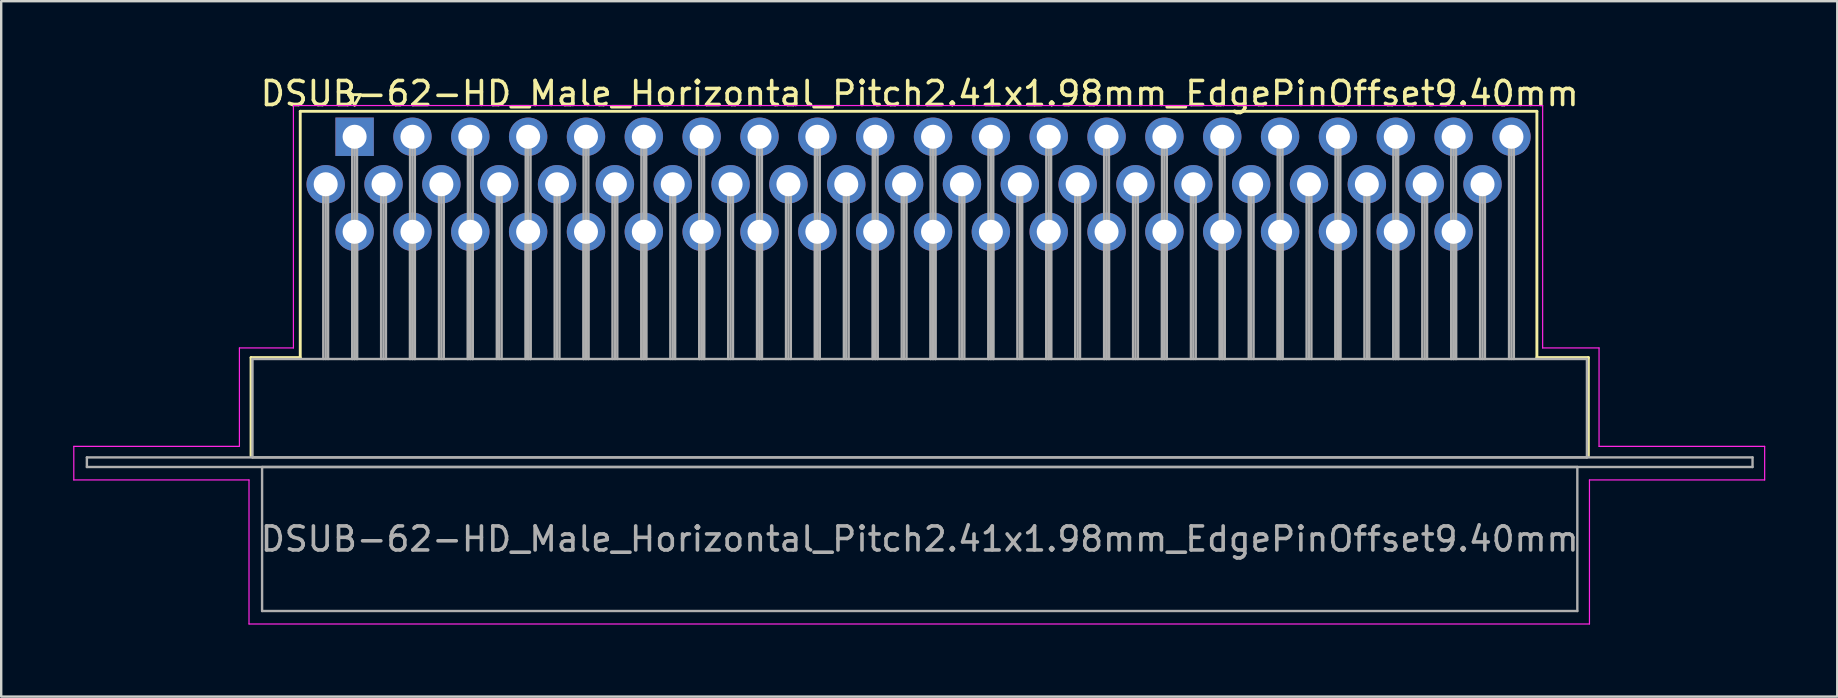
<source format=kicad_pcb>
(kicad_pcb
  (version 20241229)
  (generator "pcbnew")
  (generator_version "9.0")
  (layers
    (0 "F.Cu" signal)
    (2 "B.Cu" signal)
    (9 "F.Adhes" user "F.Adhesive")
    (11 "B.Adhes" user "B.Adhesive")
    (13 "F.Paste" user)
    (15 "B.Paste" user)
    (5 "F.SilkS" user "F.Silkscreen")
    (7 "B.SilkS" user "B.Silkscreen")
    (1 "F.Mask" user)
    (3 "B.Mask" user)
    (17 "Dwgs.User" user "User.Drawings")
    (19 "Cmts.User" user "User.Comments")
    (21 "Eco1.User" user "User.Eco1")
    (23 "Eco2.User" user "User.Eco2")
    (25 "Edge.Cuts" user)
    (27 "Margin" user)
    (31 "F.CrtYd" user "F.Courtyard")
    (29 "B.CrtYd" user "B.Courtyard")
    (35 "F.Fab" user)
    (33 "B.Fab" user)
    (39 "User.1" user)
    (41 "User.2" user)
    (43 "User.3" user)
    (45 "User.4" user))
  (footprint "DSUB-62-HD_Male_Horizontal_Pitch2.41x1.98mm_EdgePinOffset9.40mm"
    (layer "F.Cu")
    (at 11.725 2.648)
    (property "Reference" "DSUB-62-HD_Male_Horizontal_Pitch2.41x1.98mm_EdgePinOffset9.40mm" (at 23.545 -1.8 0) (layer "F.SilkS") (effects (font (size 1 1) (thickness 0.15))))
    (attr through_hole)
    (fp_line (start -4.315 9.2) (end -2.265 9.2) (stroke (width 0.12) (type solid)) (layer "F.SilkS"))
    (fp_line (start -4.315 13.3) (end -4.315 9.2) (stroke (width 0.12) (type solid)) (layer "F.SilkS"))
    (fp_line (start -2.265 -1.06) (end 49.26 -1.06) (stroke (width 0.12) (type solid)) (layer "F.SilkS"))
    (fp_line (start -2.265 9.2) (end -2.265 -1.06) (stroke (width 0.12) (type solid)) (layer "F.SilkS"))
    (fp_line (start -0.25 -1.754) (end 0.25 -1.754) (stroke (width 0.12) (type solid)) (layer "F.SilkS"))
    (fp_line (start 0 -1.321) (end -0.25 -1.754) (stroke (width 0.12) (type solid)) (layer "F.SilkS"))
    (fp_line (start 0.25 -1.754) (end 0 -1.321) (stroke (width 0.12) (type solid)) (layer "F.SilkS"))
    (fp_line (start 49.26 -1.06) (end 49.26 9.2) (stroke (width 0.12) (type solid)) (layer "F.SilkS"))
    (fp_line (start 49.26 9.2) (end 51.405 9.2) (stroke (width 0.12) (type solid)) (layer "F.SilkS"))
    (fp_line (start 51.405 9.2) (end 51.405 13.3) (stroke (width 0.12) (type solid)) (layer "F.SilkS"))
    (fp_line (start -11.7 12.9) (end -4.8 12.9) (stroke (width 0.05) (type solid)) (layer "F.CrtYd"))
    (fp_line (start -11.7 14.3) (end -11.7 12.9) (stroke (width 0.05) (type solid)) (layer "F.CrtYd"))
    (fp_line (start -4.8 8.8) (end -2.55 8.8) (stroke (width 0.05) (type solid)) (layer "F.CrtYd"))
    (fp_line (start -4.8 12.9) (end -4.8 8.8) (stroke (width 0.05) (type solid)) (layer "F.CrtYd"))
    (fp_line (start -4.4 14.3) (end -11.7 14.3) (stroke (width 0.05) (type solid)) (layer "F.CrtYd"))
    (fp_line (start -4.4 20.3) (end -4.4 14.3) (stroke (width 0.05) (type solid)) (layer "F.CrtYd"))
    (fp_line (start -2.55 -1.3) (end 49.5 -1.3) (stroke (width 0.05) (type solid)) (layer "F.CrtYd"))
    (fp_line (start -2.55 8.8) (end -2.55 -1.3) (stroke (width 0.05) (type solid)) (layer "F.CrtYd"))
    (fp_line (start 49.5 -1.3) (end 49.5 8.8) (stroke (width 0.05) (type solid)) (layer "F.CrtYd"))
    (fp_line (start 49.5 8.8) (end 51.85 8.8) (stroke (width 0.05) (type solid)) (layer "F.CrtYd"))
    (fp_line (start 51.45 14.3) (end 51.45 20.3) (stroke (width 0.05) (type solid)) (layer "F.CrtYd"))
    (fp_line (start 51.45 20.3) (end -4.4 20.3) (stroke (width 0.05) (type solid)) (layer "F.CrtYd"))
    (fp_line (start 51.85 8.8) (end 51.85 12.9) (stroke (width 0.05) (type solid)) (layer "F.CrtYd"))
    (fp_line (start 51.85 12.9) (end 58.75 12.9) (stroke (width 0.05) (type solid)) (layer "F.CrtYd"))
    (fp_line (start 58.75 12.9) (end 58.75 14.3) (stroke (width 0.05) (type solid)) (layer "F.CrtYd"))
    (fp_line (start 58.75 14.3) (end 51.45 14.3) (stroke (width 0.05) (type solid)) (layer "F.CrtYd"))
    (fp_line (start -11.155 13.36) (end -11.155 13.76) (stroke (width 0.1) (type solid)) (layer "F.Fab"))
    (fp_line (start -11.155 13.76) (end 58.245 13.76) (stroke (width 0.1) (type solid)) (layer "F.Fab"))
    (fp_line (start -4.255 9.26) (end -4.255 13.36) (stroke (width 0.1) (type solid)) (layer "F.Fab"))
    (fp_line (start -4.255 13.36) (end 51.345 13.36) (stroke (width 0.1) (type solid)) (layer "F.Fab"))
    (fp_line (start -3.855 13.76) (end -3.855 19.76) (stroke (width 0.1) (type solid)) (layer "F.Fab"))
    (fp_line (start -3.855 19.76) (end 50.945 19.76) (stroke (width 0.1) (type solid)) (layer "F.Fab"))
    (fp_line (start -1.305 1.98) (end -1.305 9.26) (stroke (width 0.1) (type solid)) (layer "F.Fab"))
    (fp_line (start -1.205 1.98) (end -1.205 9.26) (stroke (width 0.1) (type solid)) (layer "F.Fab"))
    (fp_line (start -1.105 1.98) (end -1.105 9.26) (stroke (width 0.1) (type solid)) (layer "F.Fab"))
    (fp_line (start -0.1 0) (end -0.1 9.26) (stroke (width 0.1) (type solid)) (layer "F.Fab"))
    (fp_line (start -0.1 3.96) (end -0.1 9.26) (stroke (width 0.1) (type solid)) (layer "F.Fab"))
    (fp_line (start 0 0) (end 0 9.26) (stroke (width 0.1) (type solid)) (layer "F.Fab"))
    (fp_line (start 0 3.96) (end 0 9.26) (stroke (width 0.1) (type solid)) (layer "F.Fab"))
    (fp_line (start 0.1 0) (end 0.1 9.26) (stroke (width 0.1) (type solid)) (layer "F.Fab"))
    (fp_line (start 0.1 3.96) (end 0.1 9.26) (stroke (width 0.1) (type solid)) (layer "F.Fab"))
    (fp_line (start 1.105 1.98) (end 1.105 9.26) (stroke (width 0.1) (type solid)) (layer "F.Fab"))
    (fp_line (start 1.205 1.98) (end 1.205 9.26) (stroke (width 0.1) (type solid)) (layer "F.Fab"))
    (fp_line (start 1.305 1.98) (end 1.305 9.26) (stroke (width 0.1) (type solid)) (layer "F.Fab"))
    (fp_line (start 2.31 0) (end 2.31 9.26) (stroke (width 0.1) (type solid)) (layer "F.Fab"))
    (fp_line (start 2.31 3.96) (end 2.31 9.26) (stroke (width 0.1) (type solid)) (layer "F.Fab"))
    (fp_line (start 2.41 0) (end 2.41 9.26) (stroke (width 0.1) (type solid)) (layer "F.Fab"))
    (fp_line (start 2.41 3.96) (end 2.41 9.26) (stroke (width 0.1) (type solid)) (layer "F.Fab"))
    (fp_line (start 2.51 0) (end 2.51 9.26) (stroke (width 0.1) (type solid)) (layer "F.Fab"))
    (fp_line (start 2.51 3.96) (end 2.51 9.26) (stroke (width 0.1) (type solid)) (layer "F.Fab"))
    (fp_line (start 3.515 1.98) (end 3.515 9.26) (stroke (width 0.1) (type solid)) (layer "F.Fab"))
    (fp_line (start 3.615 1.98) (end 3.615 9.26) (stroke (width 0.1) (type solid)) (layer "F.Fab"))
    (fp_line (start 3.715 1.98) (end 3.715 9.26) (stroke (width 0.1) (type solid)) (layer "F.Fab"))
    (fp_line (start 4.72 0) (end 4.72 9.26) (stroke (width 0.1) (type solid)) (layer "F.Fab"))
    (fp_line (start 4.72 3.96) (end 4.72 9.26) (stroke (width 0.1) (type solid)) (layer "F.Fab"))
    (fp_line (start 4.82 0) (end 4.82 9.26) (stroke (width 0.1) (type solid)) (layer "F.Fab"))
    (fp_line (start 4.82 3.96) (end 4.82 9.26) (stroke (width 0.1) (type solid)) (layer "F.Fab"))
    (fp_line (start 4.92 0) (end 4.92 9.26) (stroke (width 0.1) (type solid)) (layer "F.Fab"))
    (fp_line (start 4.92 3.96) (end 4.92 9.26) (stroke (width 0.1) (type solid)) (layer "F.Fab"))
    (fp_line (start 5.925 1.98) (end 5.925 9.26) (stroke (width 0.1) (type solid)) (layer "F.Fab"))
    (fp_line (start 6.025 1.98) (end 6.025 9.26) (stroke (width 0.1) (type solid)) (layer "F.Fab"))
    (fp_line (start 6.125 1.98) (end 6.125 9.26) (stroke (width 0.1) (type solid)) (layer "F.Fab"))
    (fp_line (start 7.13 0) (end 7.13 9.26) (stroke (width 0.1) (type solid)) (layer "F.Fab"))
    (fp_line (start 7.13 3.96) (end 7.13 9.26) (stroke (width 0.1) (type solid)) (layer "F.Fab"))
    (fp_line (start 7.23 0) (end 7.23 9.26) (stroke (width 0.1) (type solid)) (layer "F.Fab"))
    (fp_line (start 7.23 3.96) (end 7.23 9.26) (stroke (width 0.1) (type solid)) (layer "F.Fab"))
    (fp_line (start 7.33 0) (end 7.33 9.26) (stroke (width 0.1) (type solid)) (layer "F.Fab"))
    (fp_line (start 7.33 3.96) (end 7.33 9.26) (stroke (width 0.1) (type solid)) (layer "F.Fab"))
    (fp_line (start 8.335 1.98) (end 8.335 9.26) (stroke (width 0.1) (type solid)) (layer "F.Fab"))
    (fp_line (start 8.435 1.98) (end 8.435 9.26) (stroke (width 0.1) (type solid)) (layer "F.Fab"))
    (fp_line (start 8.535 1.98) (end 8.535 9.26) (stroke (width 0.1) (type solid)) (layer "F.Fab"))
    (fp_line (start 9.54 0) (end 9.54 9.26) (stroke (width 0.1) (type solid)) (layer "F.Fab"))
    (fp_line (start 9.54 3.96) (end 9.54 9.26) (stroke (width 0.1) (type solid)) (layer "F.Fab"))
    (fp_line (start 9.64 0) (end 9.64 9.26) (stroke (width 0.1) (type solid)) (layer "F.Fab"))
    (fp_line (start 9.64 3.96) (end 9.64 9.26) (stroke (width 0.1) (type solid)) (layer "F.Fab"))
    (fp_line (start 9.74 0) (end 9.74 9.26) (stroke (width 0.1) (type solid)) (layer "F.Fab"))
    (fp_line (start 9.74 3.96) (end 9.74 9.26) (stroke (width 0.1) (type solid)) (layer "F.Fab"))
    (fp_line (start 10.745 1.98) (end 10.745 9.26) (stroke (width 0.1) (type solid)) (layer "F.Fab"))
    (fp_line (start 10.845 1.98) (end 10.845 9.26) (stroke (width 0.1) (type solid)) (layer "F.Fab"))
    (fp_line (start 10.945 1.98) (end 10.945 9.26) (stroke (width 0.1) (type solid)) (layer "F.Fab"))
    (fp_line (start 11.95 0) (end 11.95 9.26) (stroke (width 0.1) (type solid)) (layer "F.Fab"))
    (fp_line (start 11.95 3.96) (end 11.95 9.26) (stroke (width 0.1) (type solid)) (layer "F.Fab"))
    (fp_line (start 12.05 0) (end 12.05 9.26) (stroke (width 0.1) (type solid)) (layer "F.Fab"))
    (fp_line (start 12.05 3.96) (end 12.05 9.26) (stroke (width 0.1) (type solid)) (layer "F.Fab"))
    (fp_line (start 12.15 0) (end 12.15 9.26) (stroke (width 0.1) (type solid)) (layer "F.Fab"))
    (fp_line (start 12.15 3.96) (end 12.15 9.26) (stroke (width 0.1) (type solid)) (layer "F.Fab"))
    (fp_line (start 13.155 1.98) (end 13.155 9.26) (stroke (width 0.1) (type solid)) (layer "F.Fab"))
    (fp_line (start 13.255 1.98) (end 13.255 9.26) (stroke (width 0.1) (type solid)) (layer "F.Fab"))
    (fp_line (start 13.355 1.98) (end 13.355 9.26) (stroke (width 0.1) (type solid)) (layer "F.Fab"))
    (fp_line (start 14.36 0) (end 14.36 9.26) (stroke (width 0.1) (type solid)) (layer "F.Fab"))
    (fp_line (start 14.36 3.96) (end 14.36 9.26) (stroke (width 0.1) (type solid)) (layer "F.Fab"))
    (fp_line (start 14.46 0) (end 14.46 9.26) (stroke (width 0.1) (type solid)) (layer "F.Fab"))
    (fp_line (start 14.46 3.96) (end 14.46 9.26) (stroke (width 0.1) (type solid)) (layer "F.Fab"))
    (fp_line (start 14.56 0) (end 14.56 9.26) (stroke (width 0.1) (type solid)) (layer "F.Fab"))
    (fp_line (start 14.56 3.96) (end 14.56 9.26) (stroke (width 0.1) (type solid)) (layer "F.Fab"))
    (fp_line (start 15.565 1.98) (end 15.565 9.26) (stroke (width 0.1) (type solid)) (layer "F.Fab"))
    (fp_line (start 15.665 1.98) (end 15.665 9.26) (stroke (width 0.1) (type solid)) (layer "F.Fab"))
    (fp_line (start 15.765 1.98) (end 15.765 9.26) (stroke (width 0.1) (type solid)) (layer "F.Fab"))
    (fp_line (start 16.77 0) (end 16.77 9.26) (stroke (width 0.1) (type solid)) (layer "F.Fab"))
    (fp_line (start 16.77 3.96) (end 16.77 9.26) (stroke (width 0.1) (type solid)) (layer "F.Fab"))
    (fp_line (start 16.87 0) (end 16.87 9.26) (stroke (width 0.1) (type solid)) (layer "F.Fab"))
    (fp_line (start 16.87 3.96) (end 16.87 9.26) (stroke (width 0.1) (type solid)) (layer "F.Fab"))
    (fp_line (start 16.97 0) (end 16.97 9.26) (stroke (width 0.1) (type solid)) (layer "F.Fab"))
    (fp_line (start 16.97 3.96) (end 16.97 9.26) (stroke (width 0.1) (type solid)) (layer "F.Fab"))
    (fp_line (start 17.975 1.98) (end 17.975 9.26) (stroke (width 0.1) (type solid)) (layer "F.Fab"))
    (fp_line (start 18.075 1.98) (end 18.075 9.26) (stroke (width 0.1) (type solid)) (layer "F.Fab"))
    (fp_line (start 18.175 1.98) (end 18.175 9.26) (stroke (width 0.1) (type solid)) (layer "F.Fab"))
    (fp_line (start 19.18 0) (end 19.18 9.26) (stroke (width 0.1) (type solid)) (layer "F.Fab"))
    (fp_line (start 19.18 3.96) (end 19.18 9.26) (stroke (width 0.1) (type solid)) (layer "F.Fab"))
    (fp_line (start 19.28 0) (end 19.28 9.26) (stroke (width 0.1) (type solid)) (layer "F.Fab"))
    (fp_line (start 19.28 3.96) (end 19.28 9.26) (stroke (width 0.1) (type solid)) (layer "F.Fab"))
    (fp_line (start 19.38 0) (end 19.38 9.26) (stroke (width 0.1) (type solid)) (layer "F.Fab"))
    (fp_line (start 19.38 3.96) (end 19.38 9.26) (stroke (width 0.1) (type solid)) (layer "F.Fab"))
    (fp_line (start 20.385 1.98) (end 20.385 9.26) (stroke (width 0.1) (type solid)) (layer "F.Fab"))
    (fp_line (start 20.485 1.98) (end 20.485 9.26) (stroke (width 0.1) (type solid)) (layer "F.Fab"))
    (fp_line (start 20.585 1.98) (end 20.585 9.26) (stroke (width 0.1) (type solid)) (layer "F.Fab"))
    (fp_line (start 21.59 0) (end 21.59 9.26) (stroke (width 0.1) (type solid)) (layer "F.Fab"))
    (fp_line (start 21.59 3.96) (end 21.59 9.26) (stroke (width 0.1) (type solid)) (layer "F.Fab"))
    (fp_line (start 21.69 0) (end 21.69 9.26) (stroke (width 0.1) (type solid)) (layer "F.Fab"))
    (fp_line (start 21.69 3.96) (end 21.69 9.26) (stroke (width 0.1) (type solid)) (layer "F.Fab"))
    (fp_line (start 21.79 0) (end 21.79 9.26) (stroke (width 0.1) (type solid)) (layer "F.Fab"))
    (fp_line (start 21.79 3.96) (end 21.79 9.26) (stroke (width 0.1) (type solid)) (layer "F.Fab"))
    (fp_line (start 22.795 1.98) (end 22.795 9.26) (stroke (width 0.1) (type solid)) (layer "F.Fab"))
    (fp_line (start 22.895 1.98) (end 22.895 9.26) (stroke (width 0.1) (type solid)) (layer "F.Fab"))
    (fp_line (start 22.995 1.98) (end 22.995 9.26) (stroke (width 0.1) (type solid)) (layer "F.Fab"))
    (fp_line (start 24 0) (end 24 9.26) (stroke (width 0.1) (type solid)) (layer "F.Fab"))
    (fp_line (start 24 3.96) (end 24 9.26) (stroke (width 0.1) (type solid)) (layer "F.Fab"))
    (fp_line (start 24.1 0) (end 24.1 9.26) (stroke (width 0.1) (type solid)) (layer "F.Fab"))
    (fp_line (start 24.1 3.96) (end 24.1 9.26) (stroke (width 0.1) (type solid)) (layer "F.Fab"))
    (fp_line (start 24.2 0) (end 24.2 9.26) (stroke (width 0.1) (type solid)) (layer "F.Fab"))
    (fp_line (start 24.2 3.96) (end 24.2 9.26) (stroke (width 0.1) (type solid)) (layer "F.Fab"))
    (fp_line (start 25.205 1.98) (end 25.205 9.26) (stroke (width 0.1) (type solid)) (layer "F.Fab"))
    (fp_line (start 25.305 1.98) (end 25.305 9.26) (stroke (width 0.1) (type solid)) (layer "F.Fab"))
    (fp_line (start 25.405 1.98) (end 25.405 9.26) (stroke (width 0.1) (type solid)) (layer "F.Fab"))
    (fp_line (start 26.41 0) (end 26.41 9.26) (stroke (width 0.1) (type solid)) (layer "F.Fab"))
    (fp_line (start 26.41 3.96) (end 26.41 9.26) (stroke (width 0.1) (type solid)) (layer "F.Fab"))
    (fp_line (start 26.51 0) (end 26.51 9.26) (stroke (width 0.1) (type solid)) (layer "F.Fab"))
    (fp_line (start 26.51 3.96) (end 26.51 9.26) (stroke (width 0.1) (type solid)) (layer "F.Fab"))
    (fp_line (start 26.61 0) (end 26.61 9.26) (stroke (width 0.1) (type solid)) (layer "F.Fab"))
    (fp_line (start 26.61 3.96) (end 26.61 9.26) (stroke (width 0.1) (type solid)) (layer "F.Fab"))
    (fp_line (start 27.615 1.98) (end 27.615 9.26) (stroke (width 0.1) (type solid)) (layer "F.Fab"))
    (fp_line (start 27.715 1.98) (end 27.715 9.26) (stroke (width 0.1) (type solid)) (layer "F.Fab"))
    (fp_line (start 27.815 1.98) (end 27.815 9.26) (stroke (width 0.1) (type solid)) (layer "F.Fab"))
    (fp_line (start 28.82 0) (end 28.82 9.26) (stroke (width 0.1) (type solid)) (layer "F.Fab"))
    (fp_line (start 28.82 3.96) (end 28.82 9.26) (stroke (width 0.1) (type solid)) (layer "F.Fab"))
    (fp_line (start 28.92 0) (end 28.92 9.26) (stroke (width 0.1) (type solid)) (layer "F.Fab"))
    (fp_line (start 28.92 3.96) (end 28.92 9.26) (stroke (width 0.1) (type solid)) (layer "F.Fab"))
    (fp_line (start 29.02 0) (end 29.02 9.26) (stroke (width 0.1) (type solid)) (layer "F.Fab"))
    (fp_line (start 29.02 3.96) (end 29.02 9.26) (stroke (width 0.1) (type solid)) (layer "F.Fab"))
    (fp_line (start 30.025 1.98) (end 30.025 9.26) (stroke (width 0.1) (type solid)) (layer "F.Fab"))
    (fp_line (start 30.125 1.98) (end 30.125 9.26) (stroke (width 0.1) (type solid)) (layer "F.Fab"))
    (fp_line (start 30.225 1.98) (end 30.225 9.26) (stroke (width 0.1) (type solid)) (layer "F.Fab"))
    (fp_line (start 31.23 0) (end 31.23 9.26) (stroke (width 0.1) (type solid)) (layer "F.Fab"))
    (fp_line (start 31.23 3.96) (end 31.23 9.26) (stroke (width 0.1) (type solid)) (layer "F.Fab"))
    (fp_line (start 31.33 0) (end 31.33 9.26) (stroke (width 0.1) (type solid)) (layer "F.Fab"))
    (fp_line (start 31.33 3.96) (end 31.33 9.26) (stroke (width 0.1) (type solid)) (layer "F.Fab"))
    (fp_line (start 31.43 0) (end 31.43 9.26) (stroke (width 0.1) (type solid)) (layer "F.Fab"))
    (fp_line (start 31.43 3.96) (end 31.43 9.26) (stroke (width 0.1) (type solid)) (layer "F.Fab"))
    (fp_line (start 32.435 1.98) (end 32.435 9.26) (stroke (width 0.1) (type solid)) (layer "F.Fab"))
    (fp_line (start 32.535 1.98) (end 32.535 9.26) (stroke (width 0.1) (type solid)) (layer "F.Fab"))
    (fp_line (start 32.635 1.98) (end 32.635 9.26) (stroke (width 0.1) (type solid)) (layer "F.Fab"))
    (fp_line (start 33.64 0) (end 33.64 9.26) (stroke (width 0.1) (type solid)) (layer "F.Fab"))
    (fp_line (start 33.64 3.96) (end 33.64 9.26) (stroke (width 0.1) (type solid)) (layer "F.Fab"))
    (fp_line (start 33.74 0) (end 33.74 9.26) (stroke (width 0.1) (type solid)) (layer "F.Fab"))
    (fp_line (start 33.74 3.96) (end 33.74 9.26) (stroke (width 0.1) (type solid)) (layer "F.Fab"))
    (fp_line (start 33.84 0) (end 33.84 9.26) (stroke (width 0.1) (type solid)) (layer "F.Fab"))
    (fp_line (start 33.84 3.96) (end 33.84 9.26) (stroke (width 0.1) (type solid)) (layer "F.Fab"))
    (fp_line (start 34.845 1.98) (end 34.845 9.26) (stroke (width 0.1) (type solid)) (layer "F.Fab"))
    (fp_line (start 34.945 1.98) (end 34.945 9.26) (stroke (width 0.1) (type solid)) (layer "F.Fab"))
    (fp_line (start 35.045 1.98) (end 35.045 9.26) (stroke (width 0.1) (type solid)) (layer "F.Fab"))
    (fp_line (start 36.05 0) (end 36.05 9.26) (stroke (width 0.1) (type solid)) (layer "F.Fab"))
    (fp_line (start 36.05 3.96) (end 36.05 9.26) (stroke (width 0.1) (type solid)) (layer "F.Fab"))
    (fp_line (start 36.15 0) (end 36.15 9.26) (stroke (width 0.1) (type solid)) (layer "F.Fab"))
    (fp_line (start 36.15 3.96) (end 36.15 9.26) (stroke (width 0.1) (type solid)) (layer "F.Fab"))
    (fp_line (start 36.25 0) (end 36.25 9.26) (stroke (width 0.1) (type solid)) (layer "F.Fab"))
    (fp_line (start 36.25 3.96) (end 36.25 9.26) (stroke (width 0.1) (type solid)) (layer "F.Fab"))
    (fp_line (start 37.255 1.98) (end 37.255 9.26) (stroke (width 0.1) (type solid)) (layer "F.Fab"))
    (fp_line (start 37.355 1.98) (end 37.355 9.26) (stroke (width 0.1) (type solid)) (layer "F.Fab"))
    (fp_line (start 37.455 1.98) (end 37.455 9.26) (stroke (width 0.1) (type solid)) (layer "F.Fab"))
    (fp_line (start 38.46 0) (end 38.46 9.26) (stroke (width 0.1) (type solid)) (layer "F.Fab"))
    (fp_line (start 38.46 3.96) (end 38.46 9.26) (stroke (width 0.1) (type solid)) (layer "F.Fab"))
    (fp_line (start 38.56 0) (end 38.56 9.26) (stroke (width 0.1) (type solid)) (layer "F.Fab"))
    (fp_line (start 38.56 3.96) (end 38.56 9.26) (stroke (width 0.1) (type solid)) (layer "F.Fab"))
    (fp_line (start 38.66 0) (end 38.66 9.26) (stroke (width 0.1) (type solid)) (layer "F.Fab"))
    (fp_line (start 38.66 3.96) (end 38.66 9.26) (stroke (width 0.1) (type solid)) (layer "F.Fab"))
    (fp_line (start 39.665 1.98) (end 39.665 9.26) (stroke (width 0.1) (type solid)) (layer "F.Fab"))
    (fp_line (start 39.765 1.98) (end 39.765 9.26) (stroke (width 0.1) (type solid)) (layer "F.Fab"))
    (fp_line (start 39.865 1.98) (end 39.865 9.26) (stroke (width 0.1) (type solid)) (layer "F.Fab"))
    (fp_line (start 40.87 0) (end 40.87 9.26) (stroke (width 0.1) (type solid)) (layer "F.Fab"))
    (fp_line (start 40.87 3.96) (end 40.87 9.26) (stroke (width 0.1) (type solid)) (layer "F.Fab"))
    (fp_line (start 40.97 0) (end 40.97 9.26) (stroke (width 0.1) (type solid)) (layer "F.Fab"))
    (fp_line (start 40.97 3.96) (end 40.97 9.26) (stroke (width 0.1) (type solid)) (layer "F.Fab"))
    (fp_line (start 41.07 0) (end 41.07 9.26) (stroke (width 0.1) (type solid)) (layer "F.Fab"))
    (fp_line (start 41.07 3.96) (end 41.07 9.26) (stroke (width 0.1) (type solid)) (layer "F.Fab"))
    (fp_line (start 42.075 1.98) (end 42.075 9.26) (stroke (width 0.1) (type solid)) (layer "F.Fab"))
    (fp_line (start 42.175 1.98) (end 42.175 9.26) (stroke (width 0.1) (type solid)) (layer "F.Fab"))
    (fp_line (start 42.275 1.98) (end 42.275 9.26) (stroke (width 0.1) (type solid)) (layer "F.Fab"))
    (fp_line (start 43.28 0) (end 43.28 9.26) (stroke (width 0.1) (type solid)) (layer "F.Fab"))
    (fp_line (start 43.28 3.96) (end 43.28 9.26) (stroke (width 0.1) (type solid)) (layer "F.Fab"))
    (fp_line (start 43.38 0) (end 43.38 9.26) (stroke (width 0.1) (type solid)) (layer "F.Fab"))
    (fp_line (start 43.38 3.96) (end 43.38 9.26) (stroke (width 0.1) (type solid)) (layer "F.Fab"))
    (fp_line (start 43.48 0) (end 43.48 9.26) (stroke (width 0.1) (type solid)) (layer "F.Fab"))
    (fp_line (start 43.48 3.96) (end 43.48 9.26) (stroke (width 0.1) (type solid)) (layer "F.Fab"))
    (fp_line (start 44.485 1.98) (end 44.485 9.26) (stroke (width 0.1) (type solid)) (layer "F.Fab"))
    (fp_line (start 44.585 1.98) (end 44.585 9.26) (stroke (width 0.1) (type solid)) (layer "F.Fab"))
    (fp_line (start 44.685 1.98) (end 44.685 9.26) (stroke (width 0.1) (type solid)) (layer "F.Fab"))
    (fp_line (start 45.69 0) (end 45.69 9.26) (stroke (width 0.1) (type solid)) (layer "F.Fab"))
    (fp_line (start 45.69 3.96) (end 45.69 9.26) (stroke (width 0.1) (type solid)) (layer "F.Fab"))
    (fp_line (start 45.79 0) (end 45.79 9.26) (stroke (width 0.1) (type solid)) (layer "F.Fab"))
    (fp_line (start 45.79 3.96) (end 45.79 9.26) (stroke (width 0.1) (type solid)) (layer "F.Fab"))
    (fp_line (start 45.89 0) (end 45.89 9.26) (stroke (width 0.1) (type solid)) (layer "F.Fab"))
    (fp_line (start 45.89 3.96) (end 45.89 9.26) (stroke (width 0.1) (type solid)) (layer "F.Fab"))
    (fp_line (start 46.895 1.98) (end 46.895 9.26) (stroke (width 0.1) (type solid)) (layer "F.Fab"))
    (fp_line (start 46.995 1.98) (end 46.995 9.26) (stroke (width 0.1) (type solid)) (layer "F.Fab"))
    (fp_line (start 47.095 1.98) (end 47.095 9.26) (stroke (width 0.1) (type solid)) (layer "F.Fab"))
    (fp_line (start 48.1 0) (end 48.1 9.26) (stroke (width 0.1) (type solid)) (layer "F.Fab"))
    (fp_line (start 48.2 0) (end 48.2 9.26) (stroke (width 0.1) (type solid)) (layer "F.Fab"))
    (fp_line (start 48.3 0) (end 48.3 9.26) (stroke (width 0.1) (type solid)) (layer "F.Fab"))
    (fp_line (start 50.945 13.76) (end -3.855 13.76) (stroke (width 0.1) (type solid)) (layer "F.Fab"))
    (fp_line (start 50.945 19.76) (end 50.945 13.76) (stroke (width 0.1) (type solid)) (layer "F.Fab"))
    (fp_line (start 51.345 9.26) (end -4.255 9.26) (stroke (width 0.1) (type solid)) (layer "F.Fab"))
    (fp_line (start 51.345 13.36) (end 51.345 9.26) (stroke (width 0.1) (type solid)) (layer "F.Fab"))
    (fp_line (start 58.245 13.36) (end -11.155 13.36) (stroke (width 0.1) (type solid)) (layer "F.Fab"))
    (fp_line (start 58.245 13.76) (end 58.245 13.36) (stroke (width 0.1) (type solid)) (layer "F.Fab"))
    (fp_text user "${REFERENCE}" (at 23.545 16.76 0) (layer "F.Fab") (effects (font (size 1 1) (thickness 0.15))))
    (pad "1" thru_hole rect (at 0 0) (size 1.6 1.6) (drill 1) (layers "*.Cu" "*.Mask"))
    (pad "2" thru_hole circle (at 2.41 0) (size 1.6 1.6) (drill 1) (layers "*.Cu" "*.Mask"))
    (pad "3" thru_hole circle (at 4.82 0) (size 1.6 1.6) (drill 1) (layers "*.Cu" "*.Mask"))
    (pad "4" thru_hole circle (at 7.23 0) (size 1.6 1.6) (drill 1) (layers "*.Cu" "*.Mask"))
    (pad "5" thru_hole circle (at 9.64 0) (size 1.6 1.6) (drill 1) (layers "*.Cu" "*.Mask"))
    (pad "6" thru_hole circle (at 12.05 0) (size 1.6 1.6) (drill 1) (layers "*.Cu" "*.Mask"))
    (pad "7" thru_hole circle (at 14.46 0) (size 1.6 1.6) (drill 1) (layers "*.Cu" "*.Mask"))
    (pad "8" thru_hole circle (at 16.87 0) (size 1.6 1.6) (drill 1) (layers "*.Cu" "*.Mask"))
    (pad "9" thru_hole circle (at 19.28 0) (size 1.6 1.6) (drill 1) (layers "*.Cu" "*.Mask"))
    (pad "10" thru_hole circle (at 21.69 0) (size 1.6 1.6) (drill 1) (layers "*.Cu" "*.Mask"))
    (pad "11" thru_hole circle (at 24.1 0) (size 1.6 1.6) (drill 1) (layers "*.Cu" "*.Mask"))
    (pad "12" thru_hole circle (at 26.51 0) (size 1.6 1.6) (drill 1) (layers "*.Cu" "*.Mask"))
    (pad "13" thru_hole circle (at 28.92 0) (size 1.6 1.6) (drill 1) (layers "*.Cu" "*.Mask"))
    (pad "14" thru_hole circle (at 31.33 0) (size 1.6 1.6) (drill 1) (layers "*.Cu" "*.Mask"))
    (pad "15" thru_hole circle (at 33.74 0) (size 1.6 1.6) (drill 1) (layers "*.Cu" "*.Mask"))
    (pad "16" thru_hole circle (at 36.15 0) (size 1.6 1.6) (drill 1) (layers "*.Cu" "*.Mask"))
    (pad "17" thru_hole circle (at 38.56 0) (size 1.6 1.6) (drill 1) (layers "*.Cu" "*.Mask"))
    (pad "18" thru_hole circle (at 40.97 0) (size 1.6 1.6) (drill 1) (layers "*.Cu" "*.Mask"))
    (pad "19" thru_hole circle (at 43.38 0) (size 1.6 1.6) (drill 1) (layers "*.Cu" "*.Mask"))
    (pad "20" thru_hole circle (at 45.79 0) (size 1.6 1.6) (drill 1) (layers "*.Cu" "*.Mask"))
    (pad "21" thru_hole circle (at 48.2 0) (size 1.6 1.6) (drill 1) (layers "*.Cu" "*.Mask"))
    (pad "22" thru_hole circle (at -1.205 1.98) (size 1.6 1.6) (drill 1) (layers "*.Cu" "*.Mask"))
    (pad "23" thru_hole circle (at 1.205 1.98) (size 1.6 1.6) (drill 1) (layers "*.Cu" "*.Mask"))
    (pad "24" thru_hole circle (at 3.615 1.98) (size 1.6 1.6) (drill 1) (layers "*.Cu" "*.Mask"))
    (pad "25" thru_hole circle (at 6.025 1.98) (size 1.6 1.6) (drill 1) (layers "*.Cu" "*.Mask"))
    (pad "26" thru_hole circle (at 8.435 1.98) (size 1.6 1.6) (drill 1) (layers "*.Cu" "*.Mask"))
    (pad "27" thru_hole circle (at 10.845 1.98) (size 1.6 1.6) (drill 1) (layers "*.Cu" "*.Mask"))
    (pad "28" thru_hole circle (at 13.255 1.98) (size 1.6 1.6) (drill 1) (layers "*.Cu" "*.Mask"))
    (pad "29" thru_hole circle (at 15.665 1.98) (size 1.6 1.6) (drill 1) (layers "*.Cu" "*.Mask"))
    (pad "30" thru_hole circle (at 18.075 1.98) (size 1.6 1.6) (drill 1) (layers "*.Cu" "*.Mask"))
    (pad "31" thru_hole circle (at 20.485 1.98) (size 1.6 1.6) (drill 1) (layers "*.Cu" "*.Mask"))
    (pad "32" thru_hole circle (at 22.895 1.98) (size 1.6 1.6) (drill 1) (layers "*.Cu" "*.Mask"))
    (pad "33" thru_hole circle (at 25.305 1.98) (size 1.6 1.6) (drill 1) (layers "*.Cu" "*.Mask"))
    (pad "34" thru_hole circle (at 27.715 1.98) (size 1.6 1.6) (drill 1) (layers "*.Cu" "*.Mask"))
    (pad "35" thru_hole circle (at 30.125 1.98) (size 1.6 1.6) (drill 1) (layers "*.Cu" "*.Mask"))
    (pad "36" thru_hole circle (at 32.535 1.98) (size 1.6 1.6) (drill 1) (layers "*.Cu" "*.Mask"))
    (pad "37" thru_hole circle (at 34.945 1.98) (size 1.6 1.6) (drill 1) (layers "*.Cu" "*.Mask"))
    (pad "38" thru_hole circle (at 37.355 1.98) (size 1.6 1.6) (drill 1) (layers "*.Cu" "*.Mask"))
    (pad "39" thru_hole circle (at 39.765 1.98) (size 1.6 1.6) (drill 1) (layers "*.Cu" "*.Mask"))
    (pad "40" thru_hole circle (at 42.175 1.98) (size 1.6 1.6) (drill 1) (layers "*.Cu" "*.Mask"))
    (pad "41" thru_hole circle (at 44.585 1.98) (size 1.6 1.6) (drill 1) (layers "*.Cu" "*.Mask"))
    (pad "42" thru_hole circle (at 46.995 1.98) (size 1.6 1.6) (drill 1) (layers "*.Cu" "*.Mask"))
    (pad "43" thru_hole circle (at 0 3.96) (size 1.6 1.6) (drill 1) (layers "*.Cu" "*.Mask"))
    (pad "44" thru_hole circle (at 2.41 3.96) (size 1.6 1.6) (drill 1) (layers "*.Cu" "*.Mask"))
    (pad "45" thru_hole circle (at 4.82 3.96) (size 1.6 1.6) (drill 1) (layers "*.Cu" "*.Mask"))
    (pad "46" thru_hole circle (at 7.23 3.96) (size 1.6 1.6) (drill 1) (layers "*.Cu" "*.Mask"))
    (pad "47" thru_hole circle (at 9.64 3.96) (size 1.6 1.6) (drill 1) (layers "*.Cu" "*.Mask"))
    (pad "48" thru_hole circle (at 12.05 3.96) (size 1.6 1.6) (drill 1) (layers "*.Cu" "*.Mask"))
    (pad "49" thru_hole circle (at 14.46 3.96) (size 1.6 1.6) (drill 1) (layers "*.Cu" "*.Mask"))
    (pad "50" thru_hole circle (at 16.87 3.96) (size 1.6 1.6) (drill 1) (layers "*.Cu" "*.Mask"))
    (pad "51" thru_hole circle (at 19.28 3.96) (size 1.6 1.6) (drill 1) (layers "*.Cu" "*.Mask"))
    (pad "52" thru_hole circle (at 21.69 3.96) (size 1.6 1.6) (drill 1) (layers "*.Cu" "*.Mask"))
    (pad "53" thru_hole circle (at 24.1 3.96) (size 1.6 1.6) (drill 1) (layers "*.Cu" "*.Mask"))
    (pad "54" thru_hole circle (at 26.51 3.96) (size 1.6 1.6) (drill 1) (layers "*.Cu" "*.Mask"))
    (pad "55" thru_hole circle (at 28.92 3.96) (size 1.6 1.6) (drill 1) (layers "*.Cu" "*.Mask"))
    (pad "56" thru_hole circle (at 31.33 3.96) (size 1.6 1.6) (drill 1) (layers "*.Cu" "*.Mask"))
    (pad "57" thru_hole circle (at 33.74 3.96) (size 1.6 1.6) (drill 1) (layers "*.Cu" "*.Mask"))
    (pad "58" thru_hole circle (at 36.15 3.96) (size 1.6 1.6) (drill 1) (layers "*.Cu" "*.Mask"))
    (pad "59" thru_hole circle (at 38.56 3.96) (size 1.6 1.6) (drill 1) (layers "*.Cu" "*.Mask"))
    (pad "60" thru_hole circle (at 40.97 3.96) (size 1.6 1.6) (drill 1) (layers "*.Cu" "*.Mask"))
    (pad "61" thru_hole circle (at 43.38 3.96) (size 1.6 1.6) (drill 1) (layers "*.Cu" "*.Mask"))
    (pad "62" thru_hole circle (at 45.79 3.96) (size 1.6 1.6) (drill 1) (layers "*.Cu" "*.Mask")))
  (gr_rect
    (start -3 -3)
    (end 73.5 25.973)
    (stroke (width 0.1) (type default))
    (fill no)
    (layer "Edge.Cuts")))
</source>
